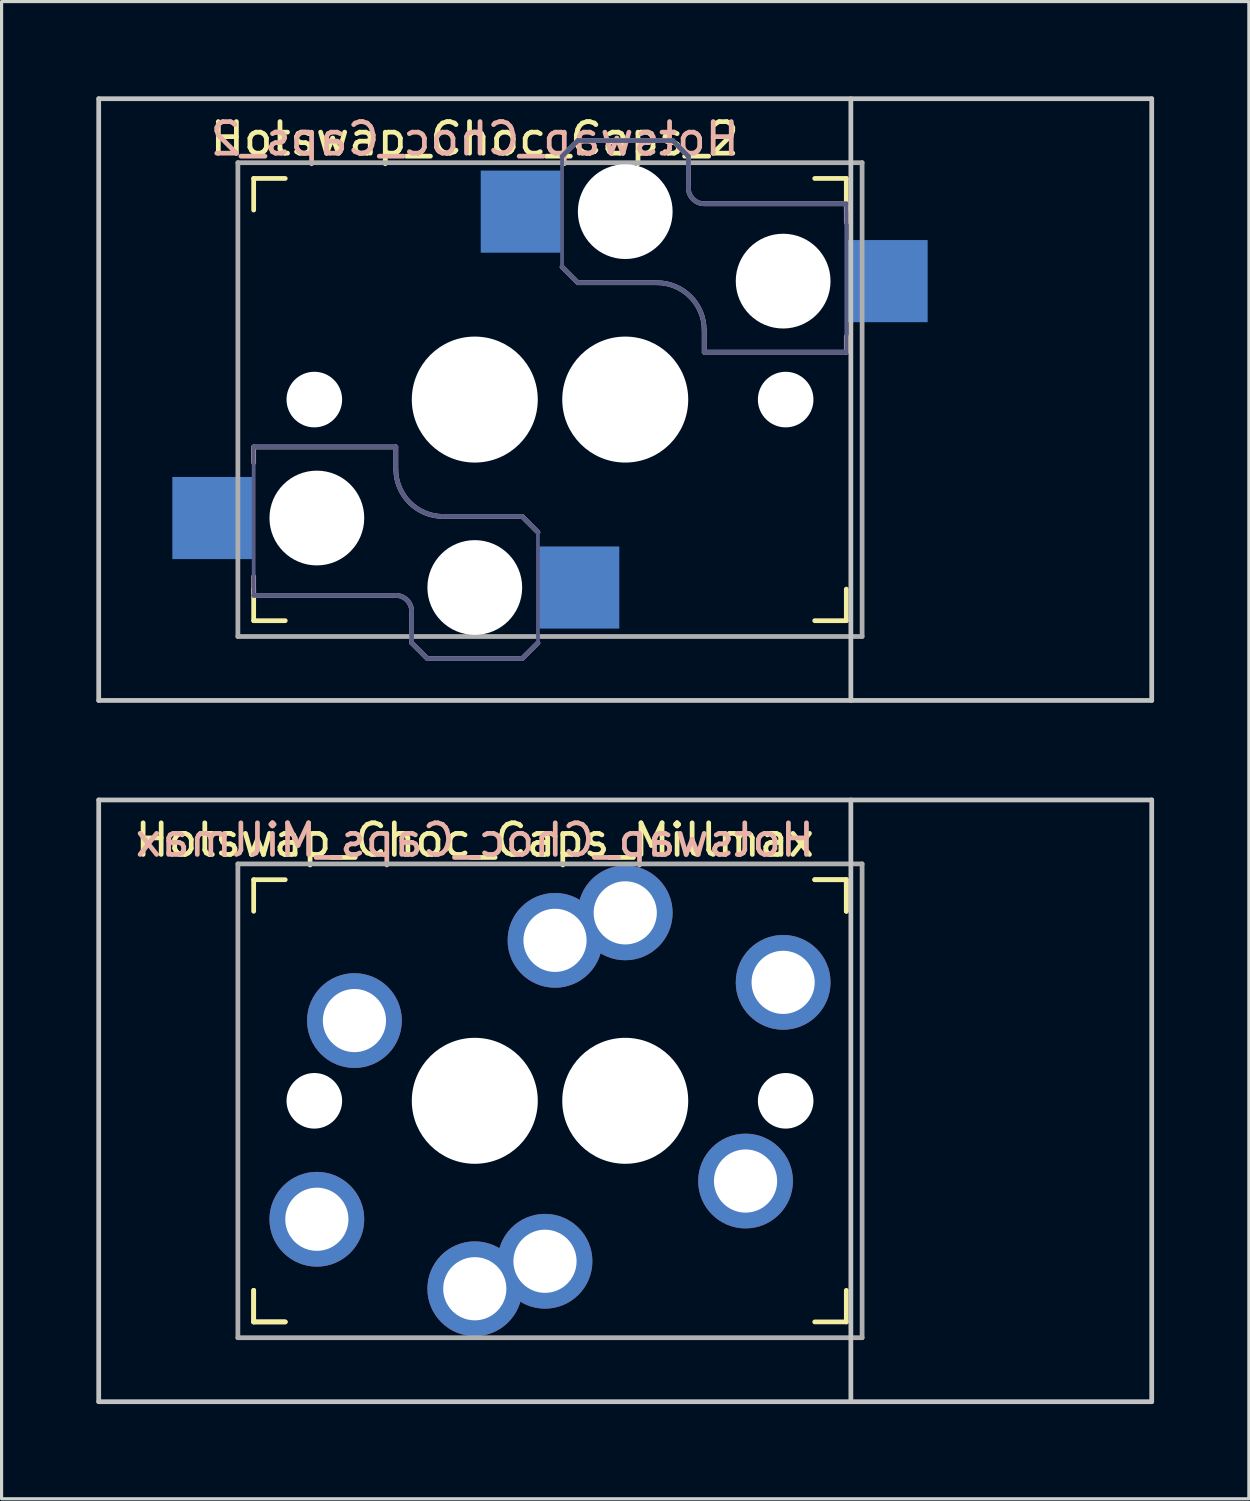
<source format=kicad_pcb>
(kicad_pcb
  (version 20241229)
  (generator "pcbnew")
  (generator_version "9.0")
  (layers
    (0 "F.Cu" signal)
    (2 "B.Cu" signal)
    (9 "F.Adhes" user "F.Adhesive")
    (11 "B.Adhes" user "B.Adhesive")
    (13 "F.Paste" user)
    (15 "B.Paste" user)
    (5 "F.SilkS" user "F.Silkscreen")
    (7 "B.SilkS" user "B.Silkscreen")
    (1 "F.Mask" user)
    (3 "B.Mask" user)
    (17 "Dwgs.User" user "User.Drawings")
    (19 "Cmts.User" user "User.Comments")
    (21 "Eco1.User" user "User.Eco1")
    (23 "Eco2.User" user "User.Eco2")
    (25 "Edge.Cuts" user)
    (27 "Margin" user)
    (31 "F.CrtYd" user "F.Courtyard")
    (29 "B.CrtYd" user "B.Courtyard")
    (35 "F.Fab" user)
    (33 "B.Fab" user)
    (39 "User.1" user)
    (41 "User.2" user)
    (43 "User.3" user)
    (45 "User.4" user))
  (footprint "Hotswap_Choc_Caps_Millmax"
    (layer "F.Cu")
    (at 11.981 31.8)
    (property "Reference" "Hotswap_Choc_Caps_Millmax" (at 0 -8.255 0) (layer "F.SilkS") (effects (font (size 1 1) (thickness 0.15))))
    (attr through_hole)
    (fp_line (start -7 -6) (end -7 -7) (stroke (width 0.15) (type solid)) (layer "F.SilkS"))
    (fp_line (start -7 7) (end -7 6) (stroke (width 0.15) (type solid)) (layer "F.SilkS"))
    (fp_line (start -7 7) (end -7 6) (stroke (width 0.15) (type solid)) (layer "F.SilkS"))
    (fp_line (start -7 7) (end -6 7) (stroke (width 0.15) (type solid)) (layer "F.SilkS"))
    (fp_line (start -7 7) (end -6 7) (stroke (width 0.15) (type solid)) (layer "F.SilkS"))
    (fp_line (start -6 -7) (end -7 -7) (stroke (width 0.15) (type solid)) (layer "F.SilkS"))
    (fp_line (start 10.762 7) (end 11.762 7) (stroke (width 0.15) (type solid)) (layer "F.SilkS"))
    (fp_line (start 11.762 -7) (end 10.762 -7) (stroke (width 0.15) (type solid)) (layer "F.SilkS"))
    (fp_line (start 11.762 -7) (end 10.762 -7) (stroke (width 0.15) (type solid)) (layer "F.SilkS"))
    (fp_line (start 11.762 -7) (end 11.762 -6) (stroke (width 0.15) (type solid)) (layer "F.SilkS"))
    (fp_line (start 11.762 -7) (end 11.762 -6) (stroke (width 0.15) (type solid)) (layer "F.SilkS"))
    (fp_line (start 11.762 6) (end 11.762 7) (stroke (width 0.15) (type solid)) (layer "F.SilkS"))
    (fp_line (start -11.906 9.525) (end -11.906 -9.525) (stroke (width 0.15) (type solid)) (layer "Dwgs.User"))
    (fp_line (start 11.906 -9.525) (end 11.906 9.525) (stroke (width 0.15) (type solid)) (layer "Dwgs.User"))
    (fp_line (start 21.431 -9.525) (end -11.906 -9.525) (stroke (width 0.15) (type solid)) (layer "Dwgs.User"))
    (fp_line (start 21.431 -9.525) (end 21.431 9.525) (stroke (width 0.15) (type solid)) (layer "Dwgs.User"))
    (fp_line (start 21.431 9.525) (end -11.906 9.525) (stroke (width 0.15) (type solid)) (layer "Dwgs.User"))
    (fp_line (start -6.9 6.9) (end -6.9 -6.9) (stroke (width 0.15) (type solid)) (layer "Eco2.User"))
    (fp_line (start -6.9 6.9) (end 6.9 6.9) (stroke (width 0.15) (type solid)) (layer "Eco2.User"))
    (fp_line (start -2.138 6.9) (end 11.662 6.9) (stroke (width 0.15) (type solid)) (layer "Eco2.User"))
    (fp_line (start 6.9 -6.9) (end -6.9 -6.9) (stroke (width 0.15) (type solid)) (layer "Eco2.User"))
    (fp_line (start 11.662 -6.9) (end -2.138 -6.9) (stroke (width 0.15) (type solid)) (layer "Eco2.User"))
    (fp_line (start 11.662 -6.9) (end 11.662 6.9) (stroke (width 0.15) (type solid)) (layer "Eco2.User"))
    (fp_line (start -7.5 -7.5) (end 12.262 -7.5) (stroke (width 0.15) (type solid)) (layer "F.Fab"))
    (fp_line (start -7.5 7.5) (end -7.5 -7.5) (stroke (width 0.15) (type solid)) (layer "F.Fab"))
    (fp_line (start 12.262 -7.5) (end 12.262 7.5) (stroke (width 0.15) (type solid)) (layer "F.Fab"))
    (fp_line (start 12.262 7.5) (end -7.5 7.5) (stroke (width 0.15) (type solid)) (layer "F.Fab"))
    (fp_text user "${REFERENCE}" (at 0 -8.255 0) (layer "B.SilkS") (effects (font (size 1 1) (thickness 0.15)) (justify mirror)))
    (pad "" np_thru_hole circle (at -5.08 0 180) (size 1.76 1.76) (drill 1.76) (layers "*.Cu" "*.Mask"))
    (pad "" np_thru_hole circle (at 0 0 180) (size 3.988 3.988) (drill 3.988) (layers "*.Cu" "*.Mask"))
    (pad "" np_thru_hole circle (at 4.763 0) (size 3.988 3.988) (drill 3.988) (layers "*.Cu" "*.Mask"))
    (pad "" np_thru_hole circle (at 9.842 0) (size 1.76 1.76) (drill 1.76) (layers "*.Cu" "*.Mask"))
    (pad "1" thru_hole circle (at -5 3.75) (size 3 3) (drill 2) (layers "*.Cu" "B.Mask"))
    (pad "1" thru_hole circle (at -3.81 -2.54 180) (size 3 3) (drill 2) (layers "*.Cu" "B.Mask"))
    (pad "1" thru_hole circle (at 8.572 2.54) (size 3 3) (drill 2) (layers "*.Cu" "B.Mask"))
    (pad "1" thru_hole circle (at 9.762 -3.75 180) (size 3 3) (drill 2) (layers "*.Cu" "B.Mask"))
    (pad "2" thru_hole circle (at 0 5.95) (size 3 3) (drill 2) (layers "*.Cu" "B.Mask"))
    (pad "2" thru_hole circle (at 2.223 5.08) (size 3 3) (drill 2) (layers "*.Cu" "B.Mask"))
    (pad "2" thru_hole circle (at 2.54 -5.08 180) (size 3 3) (drill 2) (layers "*.Cu" "B.Mask"))
    (pad "2" thru_hole circle (at 4.763 -5.95 180) (size 3 3) (drill 2) (layers "*.Cu" "B.Mask")))
  (footprint "Hotswap_Choc_Caps_2"
    (layer "F.Cu")
    (at 11.981 9.6)
    (property "Reference" "Hotswap_Choc_Caps_2" (at 0 -8.255 0) (layer "F.SilkS") (effects (font (size 1 1) (thickness 0.15))))
    (attr through_hole)
    (fp_line (start -7 -6) (end -7 -7) (stroke (width 0.15) (type solid)) (layer "F.SilkS"))
    (fp_line (start -7 7) (end -7 6) (stroke (width 0.15) (type solid)) (layer "F.SilkS"))
    (fp_line (start -7 7) (end -6 7) (stroke (width 0.15) (type solid)) (layer "F.SilkS"))
    (fp_line (start -6 -7) (end -7 -7) (stroke (width 0.15) (type solid)) (layer "F.SilkS"))
    (fp_line (start 10.762 7) (end 11.762 7) (stroke (width 0.15) (type solid)) (layer "F.SilkS"))
    (fp_line (start 11.762 -7) (end 10.762 -7) (stroke (width 0.15) (type solid)) (layer "F.SilkS"))
    (fp_line (start 11.762 -7) (end 11.762 -6) (stroke (width 0.15) (type solid)) (layer "F.SilkS"))
    (fp_line (start 11.762 6) (end 11.762 7) (stroke (width 0.15) (type solid)) (layer "F.SilkS"))
    (fp_line (start -7 1.5) (end -7 2) (stroke (width 0.15) (type solid)) (layer "B.SilkS"))
    (fp_line (start -7 5.6) (end -7 6.2) (stroke (width 0.15) (type solid)) (layer "B.SilkS"))
    (fp_line (start -7 6.2) (end -2.5 6.2) (stroke (width 0.15) (type solid)) (layer "B.SilkS"))
    (fp_line (start -2.5 1.5) (end -7 1.5) (stroke (width 0.15) (type solid)) (layer "B.SilkS"))
    (fp_line (start -2.5 2.2) (end -2.5 1.5) (stroke (width 0.15) (type solid)) (layer "B.SilkS"))
    (fp_line (start -2 6.7) (end -2 7.7) (stroke (width 0.15) (type solid)) (layer "B.SilkS"))
    (fp_line (start -1.5 8.2) (end -2 7.7) (stroke (width 0.15) (type solid)) (layer "B.SilkS"))
    (fp_line (start 1.5 3.7) (end -1 3.7) (stroke (width 0.15) (type solid)) (layer "B.SilkS"))
    (fp_line (start 1.5 8.2) (end -1.5 8.2) (stroke (width 0.15) (type solid)) (layer "B.SilkS"))
    (fp_line (start 2 4.2) (end 1.5 3.7) (stroke (width 0.15) (type solid)) (layer "B.SilkS"))
    (fp_line (start 2 7.7) (end 1.5 8.2) (stroke (width 0.15) (type solid)) (layer "B.SilkS"))
    (fp_line (start 2.763 -7.7) (end 3.263 -8.2) (stroke (width 0.15) (type solid)) (layer "B.SilkS"))
    (fp_line (start 2.763 -4.2) (end 3.263 -3.7) (stroke (width 0.15) (type solid)) (layer "B.SilkS"))
    (fp_line (start 3.263 -8.2) (end 6.263 -8.2) (stroke (width 0.15) (type solid)) (layer "B.SilkS"))
    (fp_line (start 3.263 -3.7) (end 5.763 -3.7) (stroke (width 0.15) (type solid)) (layer "B.SilkS"))
    (fp_line (start 6.263 -8.2) (end 6.763 -7.7) (stroke (width 0.15) (type solid)) (layer "B.SilkS"))
    (fp_line (start 6.763 -6.7) (end 6.763 -7.7) (stroke (width 0.15) (type solid)) (layer "B.SilkS"))
    (fp_line (start 7.263 -2.2) (end 7.263 -1.5) (stroke (width 0.15) (type solid)) (layer "B.SilkS"))
    (fp_line (start 7.263 -1.5) (end 11.762 -1.5) (stroke (width 0.15) (type solid)) (layer "B.SilkS"))
    (fp_line (start 11.762 -6.2) (end 7.263 -6.2) (stroke (width 0.15) (type solid)) (layer "B.SilkS"))
    (fp_line (start 11.762 -5.6) (end 11.762 -6.2) (stroke (width 0.15) (type solid)) (layer "B.SilkS"))
    (fp_line (start 11.762 -1.5) (end 11.762 -2) (stroke (width 0.15) (type solid)) (layer "B.SilkS"))
    (fp_arc (start -2.5 6.2) (mid -2.146447 6.346447) (end -2 6.7) (stroke (width 0.15) (type solid)) (layer "B.SilkS"))
    (fp_arc (start -1 3.7) (mid -2.06066 3.26066) (end -2.5 2.2) (stroke (width 0.15) (type solid)) (layer "B.SilkS"))
    (fp_arc (start 5.7625 -3.7) (mid 6.82316 -3.26066) (end 7.2625 -2.2) (stroke (width 0.15) (type solid)) (layer "B.SilkS"))
    (fp_arc (start 7.2625 -6.2) (mid 6.908947 -6.346447) (end 6.7625 -6.7) (stroke (width 0.15) (type solid)) (layer "B.SilkS"))
    (fp_line (start -11.906 9.525) (end -11.906 -9.525) (stroke (width 0.15) (type solid)) (layer "Dwgs.User"))
    (fp_line (start 11.906 -9.525) (end 11.906 9.525) (stroke (width 0.15) (type solid)) (layer "Dwgs.User"))
    (fp_line (start 21.431 -9.525) (end -11.906 -9.525) (stroke (width 0.15) (type solid)) (layer "Dwgs.User"))
    (fp_line (start 21.431 -9.525) (end 21.431 9.525) (stroke (width 0.15) (type solid)) (layer "Dwgs.User"))
    (fp_line (start 21.431 9.525) (end -11.906 9.525) (stroke (width 0.15) (type solid)) (layer "Dwgs.User"))
    (fp_line (start -6.9 6.9) (end -6.9 -6.9) (stroke (width 0.15) (type solid)) (layer "Eco2.User"))
    (fp_line (start -6.9 6.9) (end 6.9 6.9) (stroke (width 0.15) (type solid)) (layer "Eco2.User"))
    (fp_line (start -2.138 6.9) (end 11.662 6.9) (stroke (width 0.15) (type solid)) (layer "Eco2.User"))
    (fp_line (start 6.9 -6.9) (end -6.9 -6.9) (stroke (width 0.15) (type solid)) (layer "Eco2.User"))
    (fp_line (start 11.662 -6.9) (end -2.138 -6.9) (stroke (width 0.15) (type solid)) (layer "Eco2.User"))
    (fp_line (start 11.662 -6.9) (end 11.662 6.9) (stroke (width 0.15) (type solid)) (layer "Eco2.User"))
    (fp_line (start -7 1.5) (end -7 6.2) (stroke (width 0.12) (type solid)) (layer "B.Fab"))
    (fp_line (start -7 6.2) (end -2.5 6.2) (stroke (width 0.15) (type solid)) (layer "B.Fab"))
    (fp_line (start -2.5 1.5) (end -7 1.5) (stroke (width 0.15) (type solid)) (layer "B.Fab"))
    (fp_line (start -2.5 2.2) (end -2.5 1.5) (stroke (width 0.15) (type solid)) (layer "B.Fab"))
    (fp_line (start -2 6.7) (end -2 7.7) (stroke (width 0.15) (type solid)) (layer "B.Fab"))
    (fp_line (start -1.5 8.2) (end -2 7.7) (stroke (width 0.15) (type solid)) (layer "B.Fab"))
    (fp_line (start 1.5 3.7) (end -1 3.7) (stroke (width 0.15) (type solid)) (layer "B.Fab"))
    (fp_line (start 1.5 8.2) (end -1.5 8.2) (stroke (width 0.15) (type solid)) (layer "B.Fab"))
    (fp_line (start 2 4.2) (end 1.5 3.7) (stroke (width 0.15) (type solid)) (layer "B.Fab"))
    (fp_line (start 2 4.25) (end 2 7.7) (stroke (width 0.12) (type solid)) (layer "B.Fab"))
    (fp_line (start 2 7.7) (end 1.5 8.2) (stroke (width 0.15) (type solid)) (layer "B.Fab"))
    (fp_line (start 2.763 -7.7) (end 3.263 -8.2) (stroke (width 0.15) (type solid)) (layer "B.Fab"))
    (fp_line (start 2.763 -4.25) (end 2.763 -7.7) (stroke (width 0.12) (type solid)) (layer "B.Fab"))
    (fp_line (start 2.763 -4.2) (end 3.263 -3.7) (stroke (width 0.15) (type solid)) (layer "B.Fab"))
    (fp_line (start 3.263 -8.2) (end 6.263 -8.2) (stroke (width 0.15) (type solid)) (layer "B.Fab"))
    (fp_line (start 3.263 -3.7) (end 5.763 -3.7) (stroke (width 0.15) (type solid)) (layer "B.Fab"))
    (fp_line (start 6.263 -8.2) (end 6.763 -7.7) (stroke (width 0.15) (type solid)) (layer "B.Fab"))
    (fp_line (start 6.763 -6.7) (end 6.763 -7.7) (stroke (width 0.15) (type solid)) (layer "B.Fab"))
    (fp_line (start 7.263 -2.2) (end 7.263 -1.5) (stroke (width 0.15) (type solid)) (layer "B.Fab"))
    (fp_line (start 7.263 -1.5) (end 11.762 -1.5) (stroke (width 0.15) (type solid)) (layer "B.Fab"))
    (fp_line (start 11.762 -6.2) (end 7.263 -6.2) (stroke (width 0.15) (type solid)) (layer "B.Fab"))
    (fp_line (start 11.762 -1.5) (end 11.762 -6.2) (stroke (width 0.12) (type solid)) (layer "B.Fab"))
    (fp_arc (start -2.5 6.2) (mid -2.146447 6.346447) (end -2 6.7) (stroke (width 0.15) (type solid)) (layer "B.Fab"))
    (fp_arc (start -1 3.7) (mid -2.06066 3.26066) (end -2.5 2.2) (stroke (width 0.15) (type solid)) (layer "B.Fab"))
    (fp_arc (start 5.7625 -3.7) (mid 6.82316 -3.26066) (end 7.2625 -2.2) (stroke (width 0.15) (type solid)) (layer "B.Fab"))
    (fp_arc (start 7.2625 -6.2) (mid 6.908947 -6.346447) (end 6.7625 -6.7) (stroke (width 0.15) (type solid)) (layer "B.Fab"))
    (fp_line (start -7.5 -7.5) (end 12.262 -7.5) (stroke (width 0.15) (type solid)) (layer "F.Fab"))
    (fp_line (start -7.5 7.5) (end -7.5 -7.5) (stroke (width 0.15) (type solid)) (layer "F.Fab"))
    (fp_line (start 12.262 -7.5) (end 12.262 7.5) (stroke (width 0.15) (type solid)) (layer "F.Fab"))
    (fp_line (start 12.262 7.5) (end -7.5 7.5) (stroke (width 0.15) (type solid)) (layer "F.Fab"))
    (fp_text user "${REFERENCE}" (at 0 -8.255 0) (layer "B.SilkS") (effects (font (size 1 1) (thickness 0.15)) (justify mirror)))
    (pad "" np_thru_hole circle (at -5.08 0 180) (size 1.76 1.76) (drill 1.76) (layers "*.Cu" "*.Mask"))
    (pad "" np_thru_hole circle (at -5 3.75) (size 3 3) (drill 3) (layers "*.Cu" "*.Mask"))
    (pad "" np_thru_hole circle (at 0 0 180) (size 3.988 3.988) (drill 3.988) (layers "*.Cu" "*.Mask"))
    (pad "" np_thru_hole circle (at 0 5.95) (size 3 3) (drill 3) (layers "*.Cu" "*.Mask"))
    (pad "" np_thru_hole circle (at 4.763 -5.95 180) (size 3 3) (drill 3) (layers "*.Cu" "*.Mask"))
    (pad "" np_thru_hole circle (at 4.763 0) (size 3.988 3.988) (drill 3.988) (layers "*.Cu" "*.Mask"))
    (pad "" np_thru_hole circle (at 9.762 -3.75 180) (size 3 3) (drill 3) (layers "*.Cu" "*.Mask"))
    (pad "" np_thru_hole circle (at 9.842 0) (size 1.76 1.76) (drill 1.76) (layers "*.Cu" "*.Mask"))
    (pad "1" smd rect (at -8.275 3.75) (size 2.6 2.6) (layers "B.Cu" "B.Mask" "B.Paste"))
    (pad "1" smd rect (at 13.037 -3.75 180) (size 2.6 2.6) (layers "B.Cu" "B.Mask" "B.Paste"))
    (pad "2" smd rect (at 1.488 -5.95 180) (size 2.6 2.6) (layers "B.Cu" "B.Mask" "B.Paste"))
    (pad "2" smd rect (at 3.275 5.95) (size 2.6 2.6) (layers "B.Cu" "B.Mask" "B.Paste")))
  (gr_rect
    (start -3 -3)
    (end 36.487 44.4)
    (stroke (width 0.1) (type default))
    (fill no)
    (layer "Edge.Cuts")))
</source>
